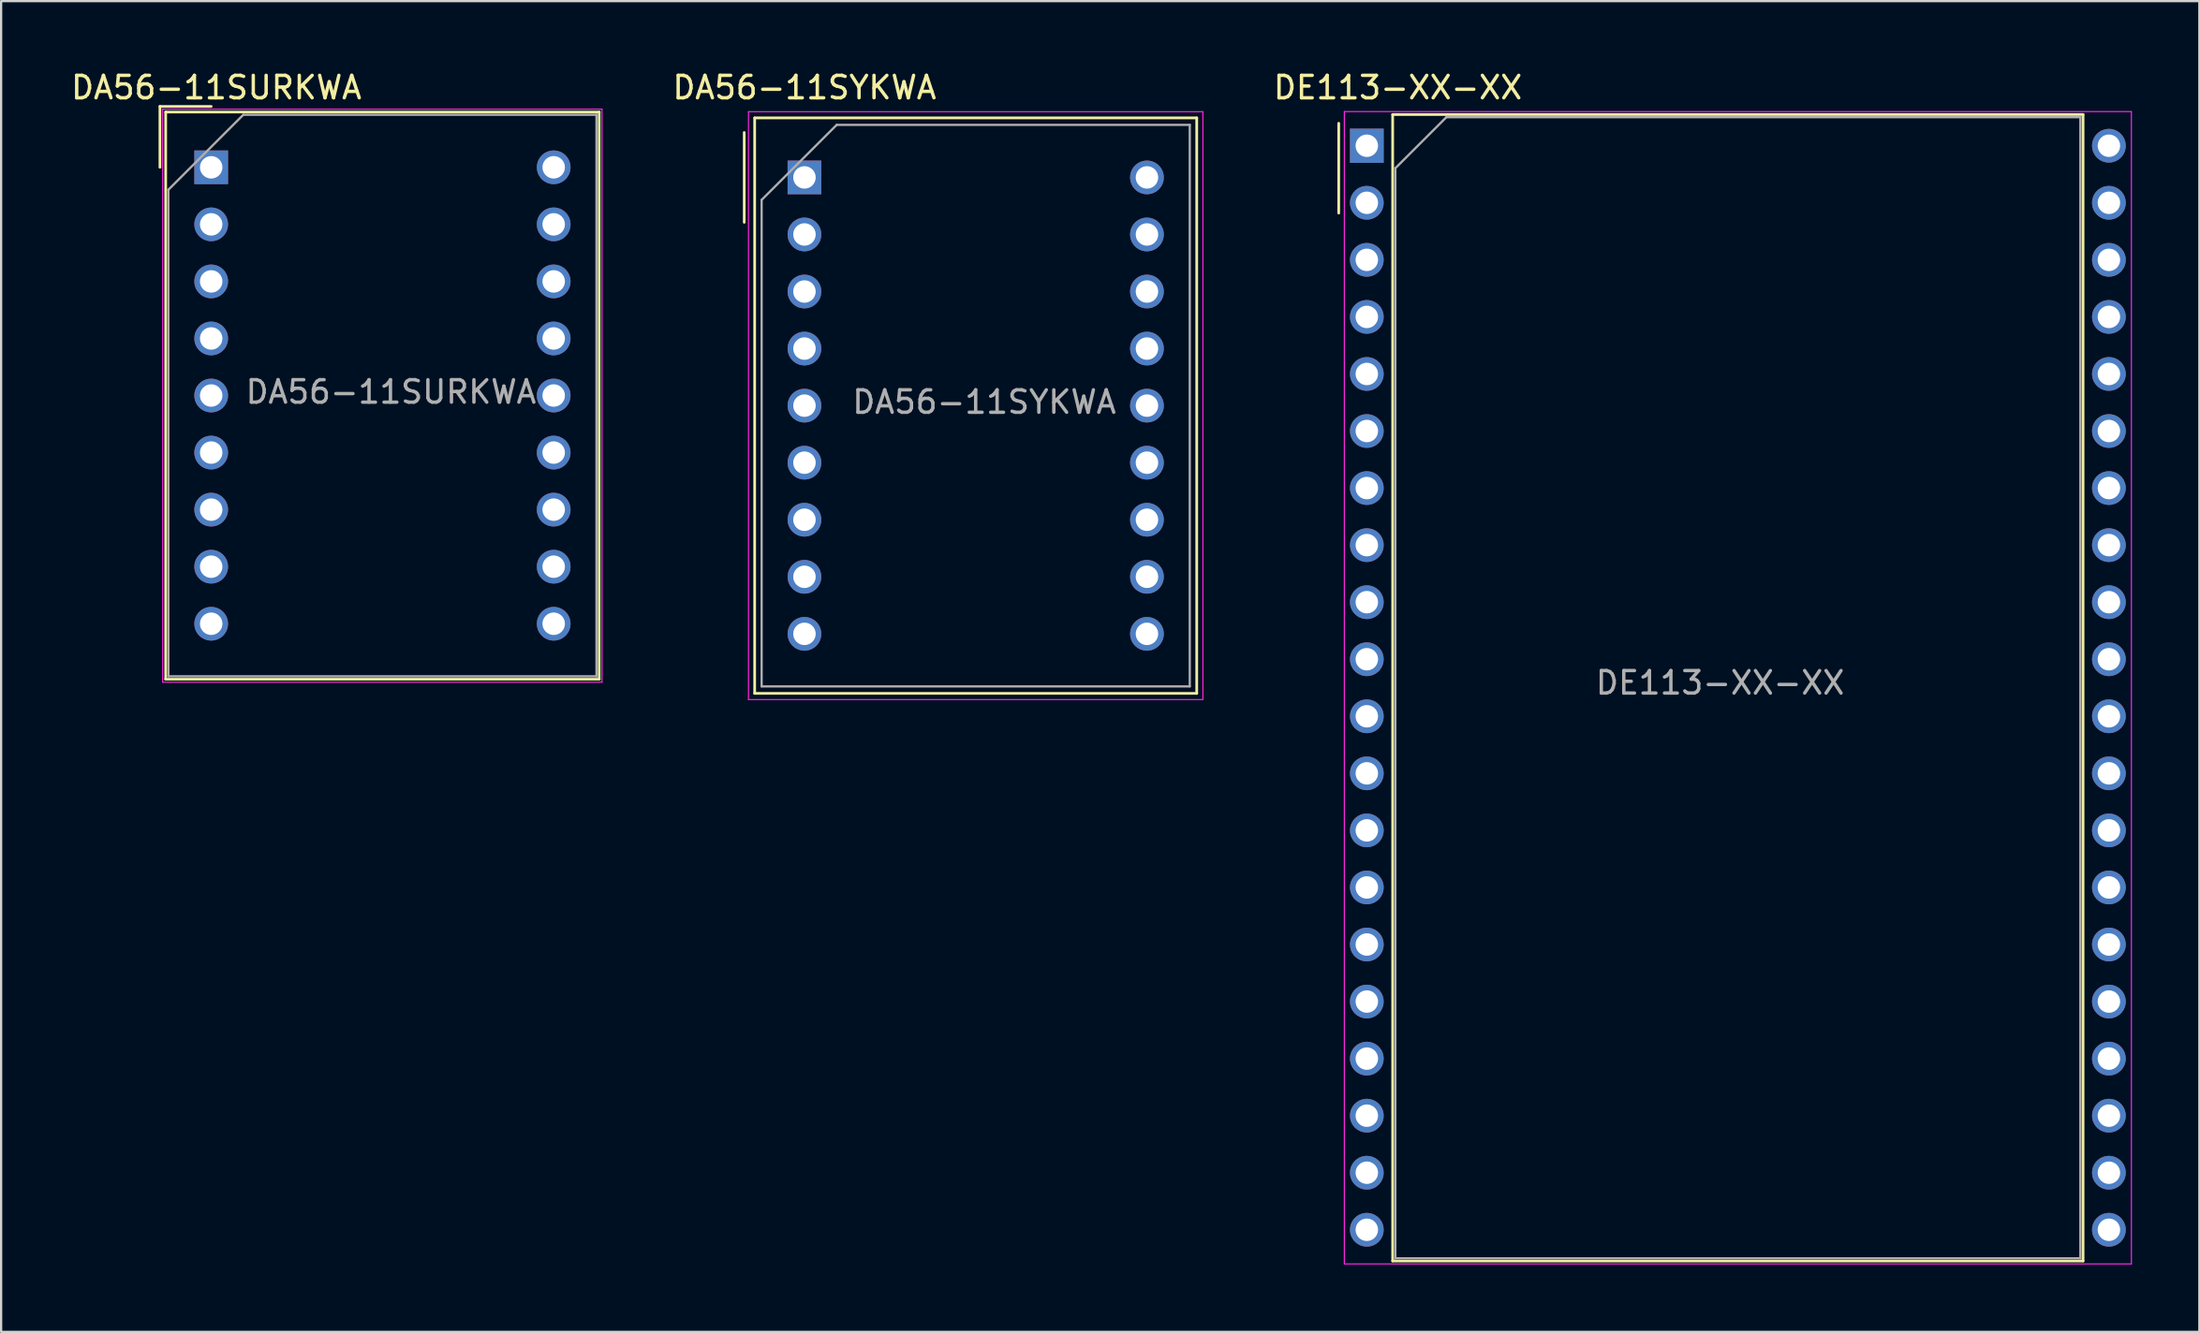
<source format=kicad_pcb>
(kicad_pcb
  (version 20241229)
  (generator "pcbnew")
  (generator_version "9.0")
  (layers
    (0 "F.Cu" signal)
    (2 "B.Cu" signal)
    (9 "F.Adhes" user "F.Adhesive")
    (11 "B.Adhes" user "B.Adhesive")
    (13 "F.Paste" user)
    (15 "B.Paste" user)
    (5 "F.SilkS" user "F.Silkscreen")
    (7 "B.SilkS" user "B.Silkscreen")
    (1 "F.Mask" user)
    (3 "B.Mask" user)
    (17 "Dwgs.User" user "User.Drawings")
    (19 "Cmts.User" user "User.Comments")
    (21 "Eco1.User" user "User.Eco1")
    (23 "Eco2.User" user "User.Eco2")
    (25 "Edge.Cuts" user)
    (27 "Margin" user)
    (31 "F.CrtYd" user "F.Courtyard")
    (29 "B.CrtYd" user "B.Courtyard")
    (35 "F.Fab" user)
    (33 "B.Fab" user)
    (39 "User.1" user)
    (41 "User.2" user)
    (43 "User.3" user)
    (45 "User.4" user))
  (footprint "DA56-11SYKWA"
    (layer "F.Cu")
    (at 32.745 4.848)
    (property "Reference" "DA56-11SYKWA" (at 0 -4 0) (layer "F.SilkS") (effects (font (size 1 1) (thickness 0.15))))
    (attr through_hole)
    (fp_line (start -2.68 -2) (end -2.68 2) (stroke (width 0.12) (type solid)) (layer "F.SilkS"))
    (fp_line (start -2.215 -2.65) (end 17.455 -2.65) (stroke (width 0.12) (type solid)) (layer "F.SilkS"))
    (fp_line (start -2.215 22.97) (end -2.215 -2.65) (stroke (width 0.12) (type solid)) (layer "F.SilkS"))
    (fp_line (start 17.455 -2.65) (end 17.455 22.97) (stroke (width 0.12) (type solid)) (layer "F.SilkS"))
    (fp_line (start 17.455 22.97) (end -2.215 22.97) (stroke (width 0.12) (type solid)) (layer "F.SilkS"))
    (fp_line (start -2.49 -2.925) (end 17.73 -2.925) (stroke (width 0.05) (type solid)) (layer "F.CrtYd"))
    (fp_line (start -2.49 23.245) (end -2.49 -2.925) (stroke (width 0.05) (type solid)) (layer "F.CrtYd"))
    (fp_line (start 17.73 -2.925) (end 17.73 23.245) (stroke (width 0.05) (type solid)) (layer "F.CrtYd"))
    (fp_line (start 17.73 23.245) (end -2.49 23.245) (stroke (width 0.05) (type solid)) (layer "F.CrtYd"))
    (fp_line (start -1.905 1) (end 1.435 -2.34) (stroke (width 0.1) (type solid)) (layer "F.Fab"))
    (fp_line (start -1.905 22.66) (end -1.905 1) (stroke (width 0.1) (type solid)) (layer "F.Fab"))
    (fp_line (start 1.435 -2.34) (end 17.145 -2.34) (stroke (width 0.1) (type solid)) (layer "F.Fab"))
    (fp_line (start 17.145 -2.34) (end 17.145 22.66) (stroke (width 0.1) (type solid)) (layer "F.Fab"))
    (fp_line (start 17.145 22.66) (end -1.905 22.66) (stroke (width 0.1) (type solid)) (layer "F.Fab"))
    (fp_text user "${REFERENCE}" (at 8 10 0) (layer "F.Fab") (effects (font (size 1 1) (thickness 0.15))))
    (pad "1" thru_hole rect (at 0 0) (size 1.5 1.5) (drill 1) (layers "*.Cu" "*.Mask"))
    (pad "2" thru_hole circle (at 0 2.54) (size 1.5 1.5) (drill 1) (layers "*.Cu" "*.Mask"))
    (pad "3" thru_hole circle (at 0 5.08) (size 1.5 1.5) (drill 1) (layers "*.Cu" "*.Mask"))
    (pad "4" thru_hole circle (at 0 7.62) (size 1.5 1.5) (drill 1) (layers "*.Cu" "*.Mask"))
    (pad "5" thru_hole circle (at 0 10.16) (size 1.5 1.5) (drill 1) (layers "*.Cu" "*.Mask"))
    (pad "6" thru_hole circle (at 0 12.7) (size 1.5 1.5) (drill 1) (layers "*.Cu" "*.Mask"))
    (pad "7" thru_hole circle (at 0 15.24) (size 1.5 1.5) (drill 1) (layers "*.Cu" "*.Mask"))
    (pad "8" thru_hole circle (at 0 17.78) (size 1.5 1.5) (drill 1) (layers "*.Cu" "*.Mask"))
    (pad "9" thru_hole circle (at 0 20.32) (size 1.5 1.5) (drill 1) (layers "*.Cu" "*.Mask"))
    (pad "10" thru_hole circle (at 15.24 20.32) (size 1.5 1.5) (drill 1) (layers "*.Cu" "*.Mask"))
    (pad "11" thru_hole circle (at 15.24 17.78) (size 1.5 1.5) (drill 1) (layers "*.Cu" "*.Mask"))
    (pad "12" thru_hole circle (at 15.24 15.24) (size 1.5 1.5) (drill 1) (layers "*.Cu" "*.Mask"))
    (pad "13" thru_hole circle (at 15.24 12.7) (size 1.5 1.5) (drill 1) (layers "*.Cu" "*.Mask"))
    (pad "14" thru_hole circle (at 15.24 10.16) (size 1.5 1.5) (drill 1) (layers "*.Cu" "*.Mask"))
    (pad "15" thru_hole circle (at 15.24 7.62) (size 1.5 1.5) (drill 1) (layers "*.Cu" "*.Mask"))
    (pad "16" thru_hole circle (at 15.24 5.08) (size 1.5 1.5) (drill 1) (layers "*.Cu" "*.Mask"))
    (pad "17" thru_hole circle (at 15.24 2.54) (size 1.5 1.5) (drill 1) (layers "*.Cu" "*.Mask"))
    (pad "18" thru_hole circle (at 15.24 0) (size 1.5 1.5) (drill 1) (layers "*.Cu" "*.Mask")))
  (footprint "DA56-11SURKWA"
    (layer "F.Cu")
    (at 6.347 4.398)
    (property "Reference" "DA56-11SURKWA" (at 0.23 -3.55 0) (layer "F.SilkS") (effects (font (size 1 1) (thickness 0.15))))
    (attr through_hole)
    (fp_line (start -2.28 -2.71) (end -2.28 0) (stroke (width 0.12) (type solid)) (layer "F.SilkS"))
    (fp_line (start -2.28 -2.71) (end 0 -2.71) (stroke (width 0.12) (type solid)) (layer "F.SilkS"))
    (fp_line (start -2.025 -2.46) (end 17.265 -2.46) (stroke (width 0.12) (type solid)) (layer "F.SilkS"))
    (fp_line (start -2.025 22.79) (end -2.025 -2.46) (stroke (width 0.12) (type solid)) (layer "F.SilkS"))
    (fp_line (start 17.265 -2.46) (end 17.265 22.79) (stroke (width 0.12) (type solid)) (layer "F.SilkS"))
    (fp_line (start 17.265 22.79) (end -2.025 22.79) (stroke (width 0.12) (type solid)) (layer "F.SilkS"))
    (fp_line (start -2.16 -2.59) (end 17.39 -2.59) (stroke (width 0.05) (type solid)) (layer "F.CrtYd"))
    (fp_line (start -2.16 22.92) (end -2.16 -2.59) (stroke (width 0.05) (type solid)) (layer "F.CrtYd"))
    (fp_line (start 17.39 -2.59) (end 17.39 22.92) (stroke (width 0.05) (type solid)) (layer "F.CrtYd"))
    (fp_line (start 17.39 22.92) (end -2.16 22.92) (stroke (width 0.05) (type solid)) (layer "F.CrtYd"))
    (fp_line (start -1.905 1) (end 1.43 -2.34) (stroke (width 0.1) (type solid)) (layer "F.Fab"))
    (fp_line (start -1.905 22.66) (end -1.905 1) (stroke (width 0.1) (type solid)) (layer "F.Fab"))
    (fp_line (start 1.435 -2.34) (end 17.145 -2.34) (stroke (width 0.1) (type solid)) (layer "F.Fab"))
    (fp_line (start 17.145 -2.34) (end 17.145 22.66) (stroke (width 0.1) (type solid)) (layer "F.Fab"))
    (fp_line (start 17.145 22.66) (end -1.905 22.66) (stroke (width 0.1) (type solid)) (layer "F.Fab"))
    (fp_text user "${REFERENCE}" (at 8 10 0) (layer "F.Fab") (effects (font (size 1 1) (thickness 0.15))))
    (pad "1" thru_hole rect (at 0 0) (size 1.5 1.5) (drill 1) (layers "*.Cu" "*.Mask"))
    (pad "2" thru_hole circle (at 0 2.54) (size 1.5 1.5) (drill 1) (layers "*.Cu" "*.Mask"))
    (pad "3" thru_hole circle (at 0 5.08) (size 1.5 1.5) (drill 1) (layers "*.Cu" "*.Mask"))
    (pad "4" thru_hole circle (at 0 7.62) (size 1.5 1.5) (drill 1) (layers "*.Cu" "*.Mask"))
    (pad "5" thru_hole circle (at 0 10.16) (size 1.5 1.5) (drill 1) (layers "*.Cu" "*.Mask"))
    (pad "6" thru_hole circle (at 0 12.7) (size 1.5 1.5) (drill 1) (layers "*.Cu" "*.Mask"))
    (pad "7" thru_hole circle (at 0 15.24) (size 1.5 1.5) (drill 1) (layers "*.Cu" "*.Mask"))
    (pad "8" thru_hole circle (at 0 17.78) (size 1.5 1.5) (drill 1) (layers "*.Cu" "*.Mask"))
    (pad "9" thru_hole circle (at 0 20.32) (size 1.5 1.5) (drill 1) (layers "*.Cu" "*.Mask"))
    (pad "10" thru_hole circle (at 15.24 20.32) (size 1.5 1.5) (drill 1) (layers "*.Cu" "*.Mask"))
    (pad "11" thru_hole circle (at 15.24 17.78) (size 1.5 1.5) (drill 1) (layers "*.Cu" "*.Mask"))
    (pad "12" thru_hole circle (at 15.24 15.24) (size 1.5 1.5) (drill 1) (layers "*.Cu" "*.Mask"))
    (pad "13" thru_hole circle (at 15.24 12.7) (size 1.5 1.5) (drill 1) (layers "*.Cu" "*.Mask"))
    (pad "14" thru_hole circle (at 15.24 10.16) (size 1.5 1.5) (drill 1) (layers "*.Cu" "*.Mask"))
    (pad "15" thru_hole circle (at 15.24 7.62) (size 1.5 1.5) (drill 1) (layers "*.Cu" "*.Mask"))
    (pad "16" thru_hole circle (at 15.24 5.08) (size 1.5 1.5) (drill 1) (layers "*.Cu" "*.Mask"))
    (pad "17" thru_hole circle (at 15.24 2.54) (size 1.5 1.5) (drill 1) (layers "*.Cu" "*.Mask"))
    (pad "18" thru_hole circle (at 15.24 0) (size 1.5 1.5) (drill 1) (layers "*.Cu" "*.Mask")))
  (footprint "DE113-XX-XX"
    (layer "F.Cu")
    (at 57.768 3.438)
    (property "Reference" "DE113-XX-XX" (at 1.38 -2.59 0) (layer "F.SilkS") (effects (font (size 1 1) (thickness 0.15))))
    (attr through_hole)
    (fp_line (start -1.25 -1) (end -1.25 3) (stroke (width 0.12) (type solid)) (layer "F.SilkS"))
    (fp_line (start 1.15 -1.39) (end 31.87 -1.39) (stroke (width 0.12) (type solid)) (layer "F.SilkS"))
    (fp_line (start 1.15 49.65) (end 1.15 -1.39) (stroke (width 0.12) (type solid)) (layer "F.SilkS"))
    (fp_line (start 31.87 -1.39) (end 31.87 49.65) (stroke (width 0.12) (type solid)) (layer "F.SilkS"))
    (fp_line (start 31.87 49.65) (end 1.15 49.65) (stroke (width 0.12) (type solid)) (layer "F.SilkS"))
    (fp_line (start -1 -1.52) (end 34.02 -1.52) (stroke (width 0.05) (type solid)) (layer "F.CrtYd"))
    (fp_line (start -1 49.78) (end -1 -1.52) (stroke (width 0.05) (type solid)) (layer "F.CrtYd"))
    (fp_line (start 34.02 -1.52) (end 34.02 49.78) (stroke (width 0.05) (type solid)) (layer "F.CrtYd"))
    (fp_line (start 34.02 49.78) (end -1 49.78) (stroke (width 0.05) (type solid)) (layer "F.CrtYd"))
    (fp_line (start 1.27 1) (end 3.54 -1.27) (stroke (width 0.1) (type solid)) (layer "F.Fab"))
    (fp_line (start 1.27 49.53) (end 1.27 1) (stroke (width 0.1) (type solid)) (layer "F.Fab"))
    (fp_line (start 3.54 -1.27) (end 31.75 -1.27) (stroke (width 0.1) (type solid)) (layer "F.Fab"))
    (fp_line (start 31.75 -1.27) (end 31.75 49.53) (stroke (width 0.1) (type solid)) (layer "F.Fab"))
    (fp_line (start 31.75 49.53) (end 1.27 49.53) (stroke (width 0.1) (type solid)) (layer "F.Fab"))
    (fp_text user "${REFERENCE}" (at 15.72 23.91 0) (layer "F.Fab") (effects (font (size 1 1) (thickness 0.15))))
    (pad "1" thru_hole rect (at 0 0) (size 1.5 1.524) (drill 1) (layers "*.Cu" "*.Mask"))
    (pad "2" thru_hole circle (at 0 2.54) (size 1.5 1.5) (drill 1) (layers "*.Cu" "*.Mask"))
    (pad "3" thru_hole circle (at 0 5.08) (size 1.5 1.5) (drill 1) (layers "*.Cu" "*.Mask"))
    (pad "4" thru_hole circle (at 0 7.62) (size 1.5 1.5) (drill 1) (layers "*.Cu" "*.Mask"))
    (pad "5" thru_hole circle (at 0 10.16) (size 1.5 1.5) (drill 1) (layers "*.Cu" "*.Mask"))
    (pad "6" thru_hole circle (at 0 12.7) (size 1.5 1.5) (drill 1) (layers "*.Cu" "*.Mask"))
    (pad "7" thru_hole circle (at 0 15.24) (size 1.5 1.5) (drill 1) (layers "*.Cu" "*.Mask"))
    (pad "8" thru_hole circle (at 0 17.78) (size 1.5 1.5) (drill 1) (layers "*.Cu" "*.Mask"))
    (pad "9" thru_hole circle (at 0 20.32) (size 1.5 1.5) (drill 1) (layers "*.Cu" "*.Mask"))
    (pad "10" thru_hole circle (at 0 22.86) (size 1.5 1.5) (drill 1) (layers "*.Cu" "*.Mask"))
    (pad "11" thru_hole circle (at 0 25.4) (size 1.5 1.5) (drill 1) (layers "*.Cu" "*.Mask"))
    (pad "12" thru_hole circle (at 0 27.94) (size 1.5 1.5) (drill 1) (layers "*.Cu" "*.Mask"))
    (pad "13" thru_hole circle (at 0 30.48) (size 1.5 1.5) (drill 1) (layers "*.Cu" "*.Mask"))
    (pad "14" thru_hole circle (at 0 33.02) (size 1.5 1.5) (drill 1) (layers "*.Cu" "*.Mask"))
    (pad "15" thru_hole circle (at 0 35.56) (size 1.5 1.5) (drill 1) (layers "*.Cu" "*.Mask"))
    (pad "16" thru_hole circle (at 0 38.1) (size 1.5 1.5) (drill 1) (layers "*.Cu" "*.Mask"))
    (pad "17" thru_hole circle (at 0 40.64) (size 1.5 1.5) (drill 1) (layers "*.Cu" "*.Mask"))
    (pad "18" thru_hole circle (at 0 43.18) (size 1.5 1.5) (drill 1) (layers "*.Cu" "*.Mask"))
    (pad "19" thru_hole circle (at 0 45.72) (size 1.5 1.5) (drill 1) (layers "*.Cu" "*.Mask"))
    (pad "20" thru_hole circle (at 0 48.26) (size 1.5 1.5) (drill 1) (layers "*.Cu" "*.Mask"))
    (pad "21" thru_hole circle (at 33.02 48.26) (size 1.5 1.5) (drill 1) (layers "*.Cu" "*.Mask"))
    (pad "22" thru_hole circle (at 33.02 45.72) (size 1.5 1.5) (drill 1) (layers "*.Cu" "*.Mask"))
    (pad "23" thru_hole circle (at 33.02 43.18) (size 1.5 1.5) (drill 1) (layers "*.Cu" "*.Mask"))
    (pad "24" thru_hole circle (at 33.02 40.64) (size 1.5 1.5) (drill 1) (layers "*.Cu" "*.Mask"))
    (pad "25" thru_hole circle (at 33.02 38.1) (size 1.5 1.5) (drill 1) (layers "*.Cu" "*.Mask"))
    (pad "26" thru_hole circle (at 33.02 35.56) (size 1.5 1.5) (drill 1) (layers "*.Cu" "*.Mask"))
    (pad "27" thru_hole circle (at 33.02 33.02) (size 1.5 1.5) (drill 1) (layers "*.Cu" "*.Mask"))
    (pad "28" thru_hole circle (at 33.02 30.48) (size 1.5 1.5) (drill 1) (layers "*.Cu" "*.Mask"))
    (pad "29" thru_hole circle (at 33.02 27.94) (size 1.5 1.5) (drill 1) (layers "*.Cu" "*.Mask"))
    (pad "30" thru_hole circle (at 33.02 25.4) (size 1.5 1.5) (drill 1) (layers "*.Cu" "*.Mask"))
    (pad "31" thru_hole circle (at 33.02 22.86) (size 1.5 1.5) (drill 1) (layers "*.Cu" "*.Mask"))
    (pad "32" thru_hole circle (at 33.02 20.32) (size 1.5 1.5) (drill 1) (layers "*.Cu" "*.Mask"))
    (pad "33" thru_hole circle (at 33.02 17.78) (size 1.5 1.5) (drill 1) (layers "*.Cu" "*.Mask"))
    (pad "34" thru_hole circle (at 33.02 15.24) (size 1.5 1.5) (drill 1) (layers "*.Cu" "*.Mask"))
    (pad "35" thru_hole circle (at 33.02 12.7) (size 1.5 1.5) (drill 1) (layers "*.Cu" "*.Mask"))
    (pad "36" thru_hole circle (at 33.02 10.16) (size 1.5 1.5) (drill 1) (layers "*.Cu" "*.Mask"))
    (pad "37" thru_hole circle (at 33.02 7.62) (size 1.5 1.5) (drill 1) (layers "*.Cu" "*.Mask"))
    (pad "38" thru_hole circle (at 33.02 5.08) (size 1.5 1.5) (drill 1) (layers "*.Cu" "*.Mask"))
    (pad "39" thru_hole circle (at 33.02 2.54) (size 1.5 1.5) (drill 1) (layers "*.Cu" "*.Mask"))
    (pad "40" thru_hole circle (at 33.02 0) (size 1.5 1.5) (drill 1) (layers "*.Cu" "*.Mask")))
  (gr_rect
    (start -3 -3)
    (end 94.813 56.243)
    (stroke (width 0.1) (type default))
    (fill no)
    (layer "Edge.Cuts")))
</source>
